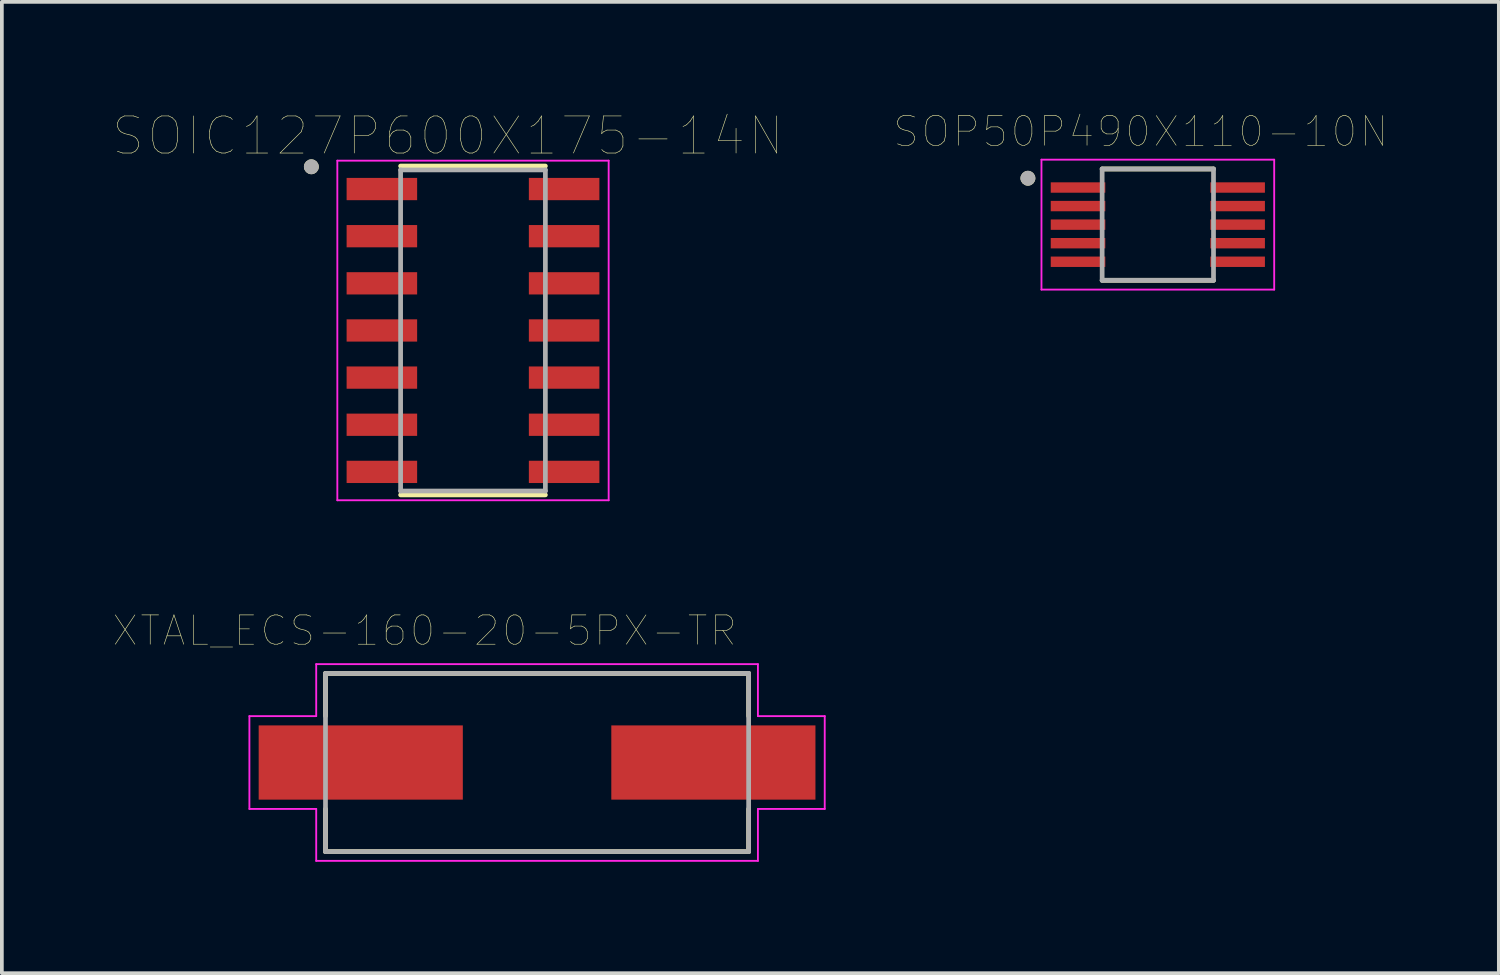
<source format=kicad_pcb>
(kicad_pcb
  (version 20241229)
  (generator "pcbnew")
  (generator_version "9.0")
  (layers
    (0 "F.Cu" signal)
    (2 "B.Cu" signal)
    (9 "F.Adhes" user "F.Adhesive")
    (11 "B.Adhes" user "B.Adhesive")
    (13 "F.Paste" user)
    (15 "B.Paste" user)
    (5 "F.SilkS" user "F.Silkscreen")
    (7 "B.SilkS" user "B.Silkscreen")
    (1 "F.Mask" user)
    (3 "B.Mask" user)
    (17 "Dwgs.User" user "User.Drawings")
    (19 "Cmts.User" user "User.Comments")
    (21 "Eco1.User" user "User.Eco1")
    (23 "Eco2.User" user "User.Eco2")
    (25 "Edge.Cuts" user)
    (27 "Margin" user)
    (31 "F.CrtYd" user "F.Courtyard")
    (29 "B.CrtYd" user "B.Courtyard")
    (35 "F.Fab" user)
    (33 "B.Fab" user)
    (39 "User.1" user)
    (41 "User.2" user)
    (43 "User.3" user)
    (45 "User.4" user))
  (footprint "SOIC127P600X175-14N"
    (layer "F.Cu")
    (at 9.693 5.853)
    (property "Reference" "SOIC127P600X175-14N" (at -0.675 -5.242 0) (layer "F.SilkS") (effects (font (size 1 1) (thickness 0.015))))
    (attr through_hole)
    (fp_line (start -1.95 -4.43) (end 1.95 -4.43) (stroke (width 0.127) (type solid)) (layer "F.SilkS"))
    (fp_line (start -1.95 4.43) (end 1.95 4.43) (stroke (width 0.127) (type solid)) (layer "F.SilkS"))
    (fp_circle (center -4.355 -4.41) (end -4.255 -4.41) (stroke (width 0.2) (type solid)) (fill no) (layer "F.SilkS"))
    (fp_line (start -3.655 -4.575) (end -3.655 4.575) (stroke (width 0.05) (type solid)) (layer "F.CrtYd"))
    (fp_line (start -3.655 -4.575) (end 3.655 -4.575) (stroke (width 0.05) (type solid)) (layer "F.CrtYd"))
    (fp_line (start -3.655 4.575) (end 3.655 4.575) (stroke (width 0.05) (type solid)) (layer "F.CrtYd"))
    (fp_line (start 3.655 -4.575) (end 3.655 4.575) (stroke (width 0.05) (type solid)) (layer "F.CrtYd"))
    (fp_line (start -1.95 -4.325) (end -1.95 4.325) (stroke (width 0.127) (type solid)) (layer "F.Fab"))
    (fp_line (start -1.95 -4.325) (end 1.95 -4.325) (stroke (width 0.127) (type solid)) (layer "F.Fab"))
    (fp_line (start -1.95 4.325) (end 1.95 4.325) (stroke (width 0.127) (type solid)) (layer "F.Fab"))
    (fp_line (start 1.95 -4.325) (end 1.95 4.325) (stroke (width 0.127) (type solid)) (layer "F.Fab"))
    (fp_circle (center -4.355 -4.41) (end -4.255 -4.41) (stroke (width 0.2) (type solid)) (fill no) (layer "F.Fab"))
    (pad "1" smd rect (at -2.455 -3.81) (size 1.9 0.6) (layers "F.Cu" "F.Mask" "F.Paste"))
    (pad "2" smd rect (at -2.455 -2.54) (size 1.9 0.6) (layers "F.Cu" "F.Mask" "F.Paste"))
    (pad "3" smd rect (at -2.455 -1.27) (size 1.9 0.6) (layers "F.Cu" "F.Mask" "F.Paste"))
    (pad "4" smd rect (at -2.455 0) (size 1.9 0.6) (layers "F.Cu" "F.Mask" "F.Paste"))
    (pad "5" smd rect (at -2.455 1.27) (size 1.9 0.6) (layers "F.Cu" "F.Mask" "F.Paste"))
    (pad "6" smd rect (at -2.455 2.54) (size 1.9 0.6) (layers "F.Cu" "F.Mask" "F.Paste"))
    (pad "7" smd rect (at -2.455 3.81) (size 1.9 0.6) (layers "F.Cu" "F.Mask" "F.Paste"))
    (pad "8" smd rect (at 2.455 3.81) (size 1.9 0.6) (layers "F.Cu" "F.Mask" "F.Paste"))
    (pad "9" smd rect (at 2.455 2.54) (size 1.9 0.6) (layers "F.Cu" "F.Mask" "F.Paste"))
    (pad "10" smd rect (at 2.455 1.27) (size 1.9 0.6) (layers "F.Cu" "F.Mask" "F.Paste"))
    (pad "11" smd rect (at 2.455 0) (size 1.9 0.6) (layers "F.Cu" "F.Mask" "F.Paste"))
    (pad "12" smd rect (at 2.455 -1.27) (size 1.9 0.6) (layers "F.Cu" "F.Mask" "F.Paste"))
    (pad "13" smd rect (at 2.455 -2.54) (size 1.9 0.6) (layers "F.Cu" "F.Mask" "F.Paste"))
    (pad "14" smd rect (at 2.455 -3.81) (size 1.9 0.6) (layers "F.Cu" "F.Mask" "F.Paste")))
  (footprint "SOP50P490X110-10N"
    (layer "F.Cu")
    (at 28.143 3.002)
    (property "Reference" "SOP50P490X110-10N" (at -0.46 -2.508 0) (layer "F.SilkS") (effects (font (size 0.8 0.8) (thickness 0.015))))
    (attr through_hole)
    (fp_line (start -1.5 -1.5) (end 1.5 -1.5) (stroke (width 0.127) (type solid)) (layer "F.SilkS"))
    (fp_line (start -1.5 1.5) (end 1.5 1.5) (stroke (width 0.127) (type solid)) (layer "F.SilkS"))
    (fp_circle (center -3.5 -1.25) (end -3.4 -1.25) (stroke (width 0.2) (type solid)) (fill no) (layer "F.SilkS"))
    (fp_line (start -3.135 -1.75) (end -3.135 1.75) (stroke (width 0.05) (type solid)) (layer "F.CrtYd"))
    (fp_line (start -3.135 -1.75) (end 3.135 -1.75) (stroke (width 0.05) (type solid)) (layer "F.CrtYd"))
    (fp_line (start -3.135 1.75) (end 3.135 1.75) (stroke (width 0.05) (type solid)) (layer "F.CrtYd"))
    (fp_line (start 3.135 -1.75) (end 3.135 1.75) (stroke (width 0.05) (type solid)) (layer "F.CrtYd"))
    (fp_line (start -1.5 -1.5) (end -1.5 1.5) (stroke (width 0.127) (type solid)) (layer "F.Fab"))
    (fp_line (start -1.5 -1.5) (end 1.5 -1.5) (stroke (width 0.127) (type solid)) (layer "F.Fab"))
    (fp_line (start -1.5 1.5) (end 1.5 1.5) (stroke (width 0.127) (type solid)) (layer "F.Fab"))
    (fp_line (start 1.5 -1.5) (end 1.5 1.5) (stroke (width 0.127) (type solid)) (layer "F.Fab"))
    (fp_circle (center -3.5 -1.25) (end -3.4 -1.25) (stroke (width 0.2) (type solid)) (fill no) (layer "F.Fab"))
    (pad "1" smd rect (at -2.15 -1) (size 1.47 0.28) (layers "F.Cu" "F.Mask" "F.Paste"))
    (pad "2" smd rect (at -2.15 -0.5) (size 1.47 0.28) (layers "F.Cu" "F.Mask" "F.Paste"))
    (pad "3" smd rect (at -2.15 0) (size 1.47 0.28) (layers "F.Cu" "F.Mask" "F.Paste"))
    (pad "4" smd rect (at -2.15 0.5) (size 1.47 0.28) (layers "F.Cu" "F.Mask" "F.Paste"))
    (pad "5" smd rect (at -2.15 1) (size 1.47 0.28) (layers "F.Cu" "F.Mask" "F.Paste"))
    (pad "6" smd rect (at 2.15 1) (size 1.47 0.28) (layers "F.Cu" "F.Mask" "F.Paste"))
    (pad "7" smd rect (at 2.15 0.5) (size 1.47 0.28) (layers "F.Cu" "F.Mask" "F.Paste"))
    (pad "8" smd rect (at 2.15 0) (size 1.47 0.28) (layers "F.Cu" "F.Mask" "F.Paste"))
    (pad "9" smd rect (at 2.15 -0.5) (size 1.47 0.28) (layers "F.Cu" "F.Mask" "F.Paste"))
    (pad "10" smd rect (at 2.15 -1) (size 1.47 0.28) (layers "F.Cu" "F.Mask" "F.Paste")))
  (footprint "XTAL_ECS-160-20-5PX-TR"
    (layer "F.Cu")
    (at 11.419 17.493)
    (property "Reference" "XTAL_ECS-160-20-5PX-TR" (at -3.03 -3.552 0) (layer "F.SilkS") (effects (font (size 0.79 0.79) (thickness 0.015))))
    (attr through_hole)
    (fp_line (start -5.7 -2.4) (end 5.7 -2.4) (stroke (width 0.127) (type solid)) (layer "F.SilkS"))
    (fp_line (start -5.7 -1.254) (end -5.7 -2.4) (stroke (width 0.127) (type solid)) (layer "F.SilkS"))
    (fp_line (start -5.7 2.4) (end -5.7 1.254) (stroke (width 0.127) (type solid)) (layer "F.SilkS"))
    (fp_line (start 5.7 -2.4) (end 5.7 -1.254) (stroke (width 0.127) (type solid)) (layer "F.SilkS"))
    (fp_line (start 5.7 1.254) (end 5.7 2.4) (stroke (width 0.127) (type solid)) (layer "F.SilkS"))
    (fp_line (start 5.7 2.4) (end -5.7 2.4) (stroke (width 0.127) (type solid)) (layer "F.SilkS"))
    (fp_line (start -7.75 -1.25) (end -5.95 -1.25) (stroke (width 0.05) (type solid)) (layer "F.CrtYd"))
    (fp_line (start -7.75 1.25) (end -7.75 -1.25) (stroke (width 0.05) (type solid)) (layer "F.CrtYd"))
    (fp_line (start -5.95 -2.65) (end 5.95 -2.65) (stroke (width 0.05) (type solid)) (layer "F.CrtYd"))
    (fp_line (start -5.95 -1.25) (end -5.95 -2.65) (stroke (width 0.05) (type solid)) (layer "F.CrtYd"))
    (fp_line (start -5.95 1.25) (end -7.75 1.25) (stroke (width 0.05) (type solid)) (layer "F.CrtYd"))
    (fp_line (start -5.95 2.65) (end -5.95 1.25) (stroke (width 0.05) (type solid)) (layer "F.CrtYd"))
    (fp_line (start 5.95 -2.65) (end 5.95 -1.25) (stroke (width 0.05) (type solid)) (layer "F.CrtYd"))
    (fp_line (start 5.95 -1.25) (end 7.75 -1.25) (stroke (width 0.05) (type solid)) (layer "F.CrtYd"))
    (fp_line (start 5.95 1.25) (end 5.95 2.65) (stroke (width 0.05) (type solid)) (layer "F.CrtYd"))
    (fp_line (start 5.95 2.65) (end -5.95 2.65) (stroke (width 0.05) (type solid)) (layer "F.CrtYd"))
    (fp_line (start 7.75 -1.25) (end 7.75 1.25) (stroke (width 0.05) (type solid)) (layer "F.CrtYd"))
    (fp_line (start 7.75 1.25) (end 5.95 1.25) (stroke (width 0.05) (type solid)) (layer "F.CrtYd"))
    (fp_line (start -5.7 -2.4) (end -5.7 2.4) (stroke (width 0.127) (type solid)) (layer "F.Fab"))
    (fp_line (start -5.7 2.4) (end 5.7 2.4) (stroke (width 0.127) (type solid)) (layer "F.Fab"))
    (fp_line (start 5.7 -2.4) (end -5.7 -2.4) (stroke (width 0.127) (type solid)) (layer "F.Fab"))
    (fp_line (start 5.7 2.4) (end 5.7 -2.4) (stroke (width 0.127) (type solid)) (layer "F.Fab"))
    (pad "1" smd rect (at -4.75 0) (size 5.5 2) (layers "F.Cu" "F.Mask" "F.Paste"))
    (pad "2" smd rect (at 4.75 0) (size 5.5 2) (layers "F.Cu" "F.Mask" "F.Paste")))
  (gr_rect
    (start -3 -3)
    (end 37.33 23.168)
    (stroke (width 0.1) (type default))
    (fill no)
    (layer "Edge.Cuts")))
</source>
